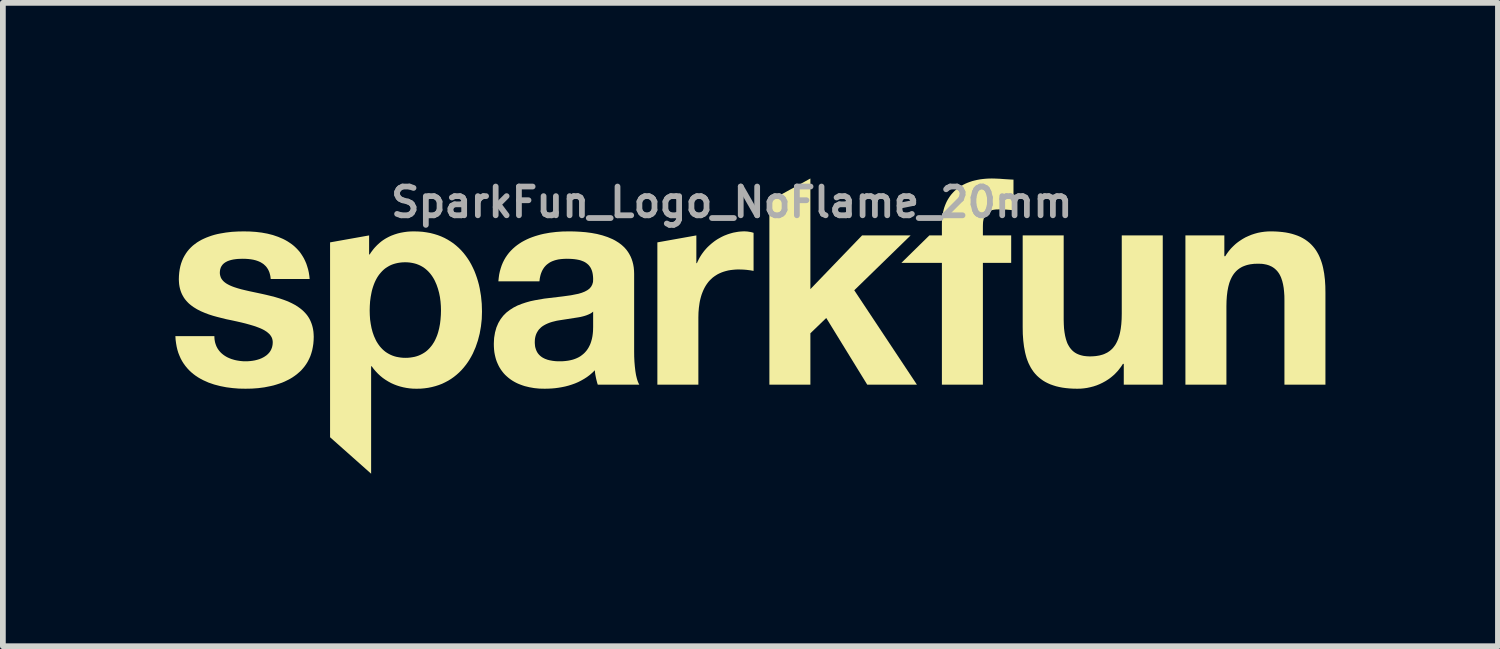
<source format=kicad_pcb>
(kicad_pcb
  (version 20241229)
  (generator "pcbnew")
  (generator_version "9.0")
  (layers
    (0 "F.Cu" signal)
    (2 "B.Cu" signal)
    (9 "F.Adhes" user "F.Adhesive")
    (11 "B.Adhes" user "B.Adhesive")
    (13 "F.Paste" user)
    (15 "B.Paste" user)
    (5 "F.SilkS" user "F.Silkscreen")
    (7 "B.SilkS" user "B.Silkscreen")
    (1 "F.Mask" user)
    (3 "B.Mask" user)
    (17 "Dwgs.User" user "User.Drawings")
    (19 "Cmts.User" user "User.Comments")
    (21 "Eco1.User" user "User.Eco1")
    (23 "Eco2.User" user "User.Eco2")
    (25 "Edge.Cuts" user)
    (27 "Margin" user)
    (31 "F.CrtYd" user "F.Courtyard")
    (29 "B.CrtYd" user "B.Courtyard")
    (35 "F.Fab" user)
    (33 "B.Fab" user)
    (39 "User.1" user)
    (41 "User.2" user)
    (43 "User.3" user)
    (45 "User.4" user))
  (footprint "SparkFun_Logo_NoFlame_20mm"
    (layer "F.Cu")
    (at 9.677 2.246)
    (property "Reference" "SparkFun_Logo_NoFlame_20mm" (at 0 -1.778 0) (layer "F.Fab") (effects (font (size 0.5 0.5) (thickness 0.1))))
    (attr board_only exclude_from_pos_files exclude_from_bom)
    (fp_poly (pts (xy 1.366 -0.268) (xy 2.265 -1.202) (xy 3.109 -1.202) (xy 2.129 -0.248) (xy 3.219 1.394) (xy 2.355 1.394) (xy 1.642 0.234) (xy 1.366 0.5) (xy 1.366 1.394) (xy 0.653 1.394) (xy 0.653 -1.801) (xy 1.366 -2.192)) (stroke (width 0) (type solid)) (fill yes) (layer "F.SilkS"))
    (fp_poly (pts (xy 0.232 -1.272) (xy 0.242 -1.272) (xy 0.252 -1.271) (xy 0.262 -1.271) (xy 0.282 -1.268) (xy 0.302 -1.265) (xy 0.321 -1.262) (xy 0.34 -1.258) (xy 0.359 -1.253) (xy 0.378 -1.247) (xy 0.378 -0.585) (xy 0.351 -0.59) (xy 0.322 -0.595) (xy 0.29 -0.599) (xy 0.257 -0.603) (xy 0.223 -0.606) (xy 0.188 -0.608) (xy 0.154 -0.609) (xy 0.121 -0.61) (xy 0.073 -0.609) (xy 0.027 -0.605) (xy -0.018 -0.6) (xy -0.06 -0.593) (xy -0.101 -0.583) (xy -0.139 -0.572) (xy -0.176 -0.559) (xy -0.211 -0.544) (xy -0.244 -0.528) (xy -0.275 -0.509) (xy -0.305 -0.489) (xy -0.333 -0.468) (xy -0.359 -0.444) (xy -0.384 -0.42) (xy -0.407 -0.394) (xy -0.428 -0.366) (xy -0.448 -0.337) (xy -0.466 -0.307) (xy -0.483 -0.275) (xy -0.498 -0.243) (xy -0.512 -0.209) (xy -0.525 -0.174) (xy -0.536 -0.138) (xy -0.546 -0.101) (xy -0.555 -0.063) (xy -0.562 -0.024) (xy -0.573 0.056) (xy -0.58 0.139) (xy -0.582 0.224) (xy -0.582 1.394) (xy -1.295 1.394) (xy -1.295 -1.081) (xy -0.617 -1.202) (xy -0.617 -0.72) (xy -0.607 -0.72) (xy -0.594 -0.75) (xy -0.579 -0.78) (xy -0.564 -0.809) (xy -0.547 -0.838) (xy -0.53 -0.865) (xy -0.511 -0.892) (xy -0.491 -0.919) (xy -0.471 -0.944) (xy -0.449 -0.969) (xy -0.427 -0.993) (xy -0.403 -1.016) (xy -0.379 -1.038) (xy -0.354 -1.06) (xy -0.329 -1.08) (xy -0.303 -1.1) (xy -0.276 -1.119) (xy -0.248 -1.137) (xy -0.22 -1.153) (xy -0.191 -1.169) (xy -0.162 -1.184) (xy -0.132 -1.198) (xy -0.101 -1.21) (xy -0.07 -1.222) (xy -0.039 -1.232) (xy -0.008 -1.241) (xy 0.024 -1.25) (xy 0.057 -1.256) (xy 0.089 -1.262) (xy 0.122 -1.267) (xy 0.155 -1.27) (xy 0.188 -1.272) (xy 0.221 -1.273)) (stroke (width 0) (type solid)) (fill yes) (layer "F.SilkS"))
    (fp_poly (pts (xy 4.569 -2.191) (xy 4.616 -2.189) (xy 4.664 -2.187) (xy 4.712 -2.183) (xy 4.806 -2.177) (xy 4.853 -2.174) (xy 4.898 -2.172) (xy 4.898 -1.639) (xy 4.866 -1.643) (xy 4.833 -1.646) (xy 4.801 -1.648) (xy 4.768 -1.651) (xy 4.735 -1.652) (xy 4.702 -1.653) (xy 4.669 -1.654) (xy 4.637 -1.654) (xy 4.602 -1.653) (xy 4.585 -1.652) (xy 4.569 -1.65) (xy 4.554 -1.648) (xy 4.54 -1.645) (xy 4.526 -1.642) (xy 4.512 -1.638) (xy 4.5 -1.634) (xy 4.488 -1.629) (xy 4.476 -1.624) (xy 4.465 -1.617) (xy 4.455 -1.611) (xy 4.445 -1.604) (xy 4.436 -1.596) (xy 4.428 -1.587) (xy 4.42 -1.578) (xy 4.413 -1.568) (xy 4.406 -1.558) (xy 4.4 -1.547) (xy 4.394 -1.535) (xy 4.389 -1.522) (xy 4.385 -1.509) (xy 4.381 -1.495) (xy 4.377 -1.481) (xy 4.374 -1.465) (xy 4.371 -1.449) (xy 4.369 -1.433) (xy 4.367 -1.397) (xy 4.366 -1.358) (xy 4.366 -1.202) (xy 4.858 -1.202) (xy 4.858 -0.725) (xy 4.366 -0.725) (xy 4.366 1.394) (xy 3.653 1.394) (xy 3.653 -0.725) (xy 2.949 -0.725) (xy 3.435 -1.202) (xy 3.653 -1.202) (xy 3.653 -1.403) (xy 3.654 -1.446) (xy 3.656 -1.488) (xy 3.66 -1.529) (xy 3.666 -1.569) (xy 3.674 -1.609) (xy 3.683 -1.647) (xy 3.694 -1.685) (xy 3.707 -1.721) (xy 3.721 -1.756) (xy 3.737 -1.791) (xy 3.755 -1.824) (xy 3.774 -1.855) (xy 3.795 -1.886) (xy 3.818 -1.916) (xy 3.843 -1.944) (xy 3.869 -1.971) (xy 3.897 -1.996) (xy 3.926 -2.02) (xy 3.958 -2.043) (xy 3.991 -2.064) (xy 4.026 -2.084) (xy 4.062 -2.102) (xy 4.1 -2.118) (xy 4.14 -2.133) (xy 4.182 -2.147) (xy 4.225 -2.158) (xy 4.27 -2.168) (xy 4.317 -2.177) (xy 4.366 -2.183) (xy 4.416 -2.188) (xy 4.468 -2.191) (xy 4.522 -2.192)) (stroke (width 0) (type solid)) (fill yes) (layer "F.SilkS"))
    (fp_poly (pts (xy 5.771 0.264) (xy 5.773 0.341) (xy 5.777 0.414) (xy 5.785 0.481) (xy 5.796 0.544) (xy 5.81 0.601) (xy 5.827 0.653) (xy 5.837 0.678) (xy 5.849 0.701) (xy 5.861 0.722) (xy 5.874 0.743) (xy 5.888 0.762) (xy 5.903 0.78) (xy 5.919 0.797) (xy 5.936 0.813) (xy 5.954 0.827) (xy 5.973 0.84) (xy 5.994 0.852) (xy 6.015 0.862) (xy 6.037 0.871) (xy 6.061 0.879) (xy 6.086 0.886) (xy 6.112 0.892) (xy 6.139 0.896) (xy 6.168 0.899) (xy 6.197 0.901) (xy 6.228 0.902) (xy 6.264 0.901) (xy 6.298 0.899) (xy 6.331 0.896) (xy 6.363 0.891) (xy 6.393 0.886) (xy 6.423 0.878) (xy 6.451 0.87) (xy 6.478 0.86) (xy 6.503 0.848) (xy 6.528 0.836) (xy 6.551 0.821) (xy 6.573 0.806) (xy 6.594 0.788) (xy 6.614 0.77) (xy 6.632 0.75) (xy 6.649 0.728) (xy 6.666 0.705) (xy 6.681 0.68) (xy 6.695 0.653) (xy 6.708 0.625) (xy 6.72 0.596) (xy 6.73 0.564) (xy 6.74 0.532) (xy 6.749 0.497) (xy 6.756 0.461) (xy 6.763 0.423) (xy 6.768 0.383) (xy 6.773 0.342) (xy 6.776 0.299) (xy 6.779 0.254) (xy 6.781 0.159) (xy 6.781 -1.202) (xy 7.494 -1.202) (xy 7.494 1.394) (xy 6.816 1.394) (xy 6.816 1.032) (xy 6.801 1.032) (xy 6.783 1.06) (xy 6.765 1.086) (xy 6.746 1.111) (xy 6.727 1.136) (xy 6.707 1.16) (xy 6.686 1.182) (xy 6.665 1.204) (xy 6.643 1.225) (xy 6.62 1.245) (xy 6.597 1.264) (xy 6.574 1.282) (xy 6.55 1.299) (xy 6.5 1.331) (xy 6.449 1.359) (xy 6.397 1.384) (xy 6.343 1.406) (xy 6.288 1.424) (xy 6.233 1.438) (xy 6.177 1.45) (xy 6.12 1.458) (xy 6.064 1.463) (xy 6.007 1.464) (xy 5.938 1.463) (xy 5.871 1.459) (xy 5.808 1.453) (xy 5.749 1.445) (xy 5.692 1.434) (xy 5.638 1.421) (xy 5.587 1.405) (xy 5.539 1.388) (xy 5.494 1.368) (xy 5.451 1.346) (xy 5.411 1.322) (xy 5.374 1.295) (xy 5.339 1.267) (xy 5.306 1.237) (xy 5.276 1.205) (xy 5.248 1.171) (xy 5.223 1.135) (xy 5.199 1.097) (xy 5.178 1.057) (xy 5.158 1.016) (xy 5.141 0.973) (xy 5.125 0.928) (xy 5.112 0.881) (xy 5.1 0.833) (xy 5.081 0.732) (xy 5.068 0.625) (xy 5.06 0.513) (xy 5.058 0.395) (xy 5.058 -1.202) (xy 5.771 -1.202)) (stroke (width 0) (type solid)) (fill yes) (layer "F.SilkS"))
    (fp_poly (pts (xy 9.444 -1.271) (xy 9.51 -1.267) (xy 9.573 -1.261) (xy 9.633 -1.253) (xy 9.69 -1.242) (xy 9.743 -1.229) (xy 9.794 -1.213) (xy 9.842 -1.196) (xy 9.888 -1.176) (xy 9.93 -1.154) (xy 9.97 -1.13) (xy 10.008 -1.103) (xy 10.043 -1.075) (xy 10.075 -1.045) (xy 10.105 -1.013) (xy 10.133 -0.979) (xy 10.159 -0.943) (xy 10.182 -0.905) (xy 10.204 -0.865) (xy 10.223 -0.824) (xy 10.24 -0.781) (xy 10.256 -0.736) (xy 10.27 -0.689) (xy 10.282 -0.641) (xy 10.301 -0.54) (xy 10.314 -0.433) (xy 10.321 -0.321) (xy 10.323 -0.203) (xy 10.323 1.394) (xy 9.61 1.394) (xy 9.61 -0.072) (xy 9.609 -0.15) (xy 9.604 -0.222) (xy 9.597 -0.289) (xy 9.586 -0.352) (xy 9.572 -0.409) (xy 9.554 -0.462) (xy 9.544 -0.486) (xy 9.533 -0.509) (xy 9.521 -0.531) (xy 9.508 -0.551) (xy 9.494 -0.57) (xy 9.479 -0.588) (xy 9.462 -0.605) (xy 9.445 -0.621) (xy 9.427 -0.635) (xy 9.408 -0.648) (xy 9.388 -0.66) (xy 9.366 -0.67) (xy 9.344 -0.68) (xy 9.32 -0.688) (xy 9.295 -0.695) (xy 9.269 -0.7) (xy 9.242 -0.705) (xy 9.214 -0.708) (xy 9.184 -0.709) (xy 9.153 -0.71) (xy 9.118 -0.709) (xy 9.083 -0.708) (xy 9.05 -0.704) (xy 9.018 -0.7) (xy 8.988 -0.694) (xy 8.959 -0.687) (xy 8.931 -0.678) (xy 8.904 -0.668) (xy 8.878 -0.657) (xy 8.854 -0.644) (xy 8.831 -0.63) (xy 8.809 -0.614) (xy 8.788 -0.597) (xy 8.768 -0.578) (xy 8.75 -0.558) (xy 8.732 -0.536) (xy 8.716 -0.513) (xy 8.701 -0.488) (xy 8.687 -0.462) (xy 8.674 -0.434) (xy 8.662 -0.404) (xy 8.651 -0.373) (xy 8.642 -0.34) (xy 8.633 -0.305) (xy 8.626 -0.269) (xy 8.619 -0.231) (xy 8.614 -0.191) (xy 8.609 -0.15) (xy 8.606 -0.107) (xy 8.603 -0.062) (xy 8.601 0.033) (xy 8.601 1.394) (xy 7.888 1.394) (xy 7.888 -1.202) (xy 8.565 -1.202) (xy 8.565 -0.841) (xy 8.581 -0.841) (xy 8.598 -0.868) (xy 8.616 -0.894) (xy 8.635 -0.92) (xy 8.654 -0.944) (xy 8.674 -0.968) (xy 8.695 -0.99) (xy 8.717 -1.012) (xy 8.739 -1.033) (xy 8.761 -1.053) (xy 8.784 -1.072) (xy 8.808 -1.09) (xy 8.832 -1.107) (xy 8.881 -1.139) (xy 8.932 -1.168) (xy 8.985 -1.192) (xy 9.038 -1.214) (xy 9.093 -1.232) (xy 9.148 -1.247) (xy 9.204 -1.258) (xy 9.261 -1.266) (xy 9.318 -1.271) (xy 9.374 -1.272)) (stroke (width 0) (type solid)) (fill yes) (layer "F.SilkS"))
    (fp_poly (pts (xy -5.45 -1.27) (xy -5.378 -1.265) (xy -5.308 -1.255) (xy -5.241 -1.243) (xy -5.176 -1.226) (xy -5.114 -1.207) (xy -5.054 -1.184) (xy -4.997 -1.158) (xy -4.943 -1.129) (xy -4.891 -1.097) (xy -4.841 -1.063) (xy -4.794 -1.025) (xy -4.749 -0.985) (xy -4.707 -0.943) (xy -4.667 -0.898) (xy -4.63 -0.851) (xy -4.595 -0.802) (xy -4.562 -0.751) (xy -4.532 -0.698) (xy -4.504 -0.642) (xy -4.478 -0.586) (xy -4.455 -0.527) (xy -4.434 -0.467) (xy -4.415 -0.406) (xy -4.398 -0.343) (xy -4.384 -0.279) (xy -4.362 -0.148) (xy -4.349 -0.014) (xy -4.345 0.123) (xy -4.349 0.253) (xy -4.363 0.38) (xy -4.385 0.505) (xy -4.416 0.625) (xy -4.456 0.742) (xy -4.504 0.852) (xy -4.532 0.905) (xy -4.562 0.957) (xy -4.594 1.006) (xy -4.629 1.054) (xy -4.665 1.099) (xy -4.704 1.143) (xy -4.745 1.184) (xy -4.789 1.223) (xy -4.834 1.259) (xy -4.882 1.293) (xy -4.932 1.324) (xy -4.985 1.352) (xy -5.039 1.378) (xy -5.096 1.4) (xy -5.155 1.419) (xy -5.217 1.435) (xy -5.28 1.448) (xy -5.346 1.457) (xy -5.414 1.463) (xy -5.485 1.464) (xy -5.544 1.463) (xy -5.602 1.458) (xy -5.659 1.45) (xy -5.715 1.439) (xy -5.77 1.425) (xy -5.824 1.408) (xy -5.876 1.388) (xy -5.927 1.365) (xy -5.976 1.338) (xy -6.023 1.309) (xy -6.069 1.277) (xy -6.112 1.242) (xy -6.153 1.204) (xy -6.192 1.163) (xy -6.229 1.12) (xy -6.263 1.073) (xy -6.273 1.073) (xy -6.273 2.942) (xy -6.987 2.308) (xy -6.987 0.103) (xy -6.298 0.103) (xy -6.296 0.182) (xy -6.291 0.26) (xy -6.28 0.336) (xy -6.266 0.41) (xy -6.247 0.481) (xy -6.223 0.549) (xy -6.194 0.613) (xy -6.178 0.644) (xy -6.16 0.673) (xy -6.141 0.701) (xy -6.121 0.728) (xy -6.099 0.753) (xy -6.076 0.777) (xy -6.051 0.8) (xy -6.025 0.821) (xy -5.997 0.84) (xy -5.968 0.857) (xy -5.937 0.873) (xy -5.905 0.887) (xy -5.871 0.899) (xy -5.835 0.909) (xy -5.798 0.916) (xy -5.759 0.922) (xy -5.718 0.926) (xy -5.676 0.927) (xy -5.633 0.926) (xy -5.592 0.922) (xy -5.552 0.916) (xy -5.515 0.909) (xy -5.479 0.899) (xy -5.445 0.887) (xy -5.413 0.873) (xy -5.382 0.857) (xy -5.353 0.84) (xy -5.325 0.821) (xy -5.299 0.8) (xy -5.275 0.777) (xy -5.252 0.753) (xy -5.231 0.728) (xy -5.21 0.701) (xy -5.192 0.673) (xy -5.174 0.644) (xy -5.158 0.613) (xy -5.144 0.582) (xy -5.13 0.549) (xy -5.118 0.516) (xy -5.107 0.481) (xy -5.098 0.446) (xy -5.089 0.41) (xy -5.075 0.336) (xy -5.066 0.26) (xy -5.06 0.182) (xy -5.058 0.103) (xy -5.06 0.025) (xy -5.066 -0.052) (xy -5.076 -0.129) (xy -5.091 -0.203) (xy -5.111 -0.276) (xy -5.135 -0.345) (xy -5.164 -0.411) (xy -5.18 -0.442) (xy -5.198 -0.472) (xy -5.217 -0.501) (xy -5.238 -0.529) (xy -5.26 -0.555) (xy -5.283 -0.58) (xy -5.308 -0.603) (xy -5.334 -0.625) (xy -5.361 -0.645) (xy -5.391 -0.663) (xy -5.421 -0.679) (xy -5.453 -0.693) (xy -5.487 -0.706) (xy -5.523 -0.716) (xy -5.56 -0.724) (xy -5.598 -0.73) (xy -5.638 -0.734) (xy -5.68 -0.735) (xy -5.723 -0.734) (xy -5.764 -0.73) (xy -5.804 -0.724) (xy -5.841 -0.716) (xy -5.877 -0.706) (xy -5.911 -0.694) (xy -5.943 -0.68) (xy -5.974 -0.663) (xy -6.003 -0.645) (xy -6.031 -0.626) (xy -6.057 -0.604) (xy -6.081 -0.581) (xy -6.104 -0.556) (xy -6.126 -0.53) (xy -6.146 -0.503) (xy -6.165 -0.474) (xy -6.182 -0.444) (xy -6.198 -0.413) (xy -6.213 -0.38) (xy -6.226 -0.347) (xy -6.238 -0.313) (xy -6.249 -0.278) (xy -6.259 -0.242) (xy -6.267 -0.205) (xy -6.281 -0.13) (xy -6.291 -0.054) (xy -6.296 0.025) (xy -6.298 0.103) (xy -6.987 0.103) (xy -6.987 -1.081) (xy -6.308 -1.202) (xy -6.308 -0.871) (xy -6.298 -0.871) (xy -6.282 -0.897) (xy -6.264 -0.922) (xy -6.246 -0.946) (xy -6.228 -0.969) (xy -6.209 -0.991) (xy -6.189 -1.012) (xy -6.169 -1.033) (xy -6.148 -1.052) (xy -6.127 -1.071) (xy -6.106 -1.089) (xy -6.084 -1.106) (xy -6.061 -1.122) (xy -6.038 -1.137) (xy -6.015 -1.151) (xy -5.991 -1.164) (xy -5.966 -1.177) (xy -5.941 -1.189) (xy -5.916 -1.2) (xy -5.865 -1.219) (xy -5.811 -1.236) (xy -5.757 -1.249) (xy -5.701 -1.259) (xy -5.643 -1.267) (xy -5.585 -1.271) (xy -5.525 -1.272)) (stroke (width 0) (type solid)) (fill yes) (layer "F.SilkS"))
    (fp_poly (pts (xy -2.741 -1.271) (xy -2.642 -1.266) (xy -2.542 -1.258) (xy -2.443 -1.245) (xy -2.345 -1.227) (xy -2.251 -1.203) (xy -2.16 -1.173) (xy -2.075 -1.137) (xy -2.034 -1.116) (xy -1.996 -1.093) (xy -1.958 -1.068) (xy -1.923 -1.042) (xy -1.89 -1.013) (xy -1.859 -0.982) (xy -1.83 -0.948) (xy -1.804 -0.912) (xy -1.781 -0.874) (xy -1.76 -0.834) (xy -1.742 -0.791) (xy -1.727 -0.745) (xy -1.715 -0.697) (xy -1.706 -0.645) (xy -1.701 -0.591) (xy -1.699 -0.535) (xy -1.699 0.817) (xy -1.698 0.905) (xy -1.694 0.992) (xy -1.687 1.075) (xy -1.678 1.154) (xy -1.672 1.192) (xy -1.666 1.227) (xy -1.658 1.261) (xy -1.65 1.293) (xy -1.641 1.322) (xy -1.631 1.349) (xy -1.62 1.373) (xy -1.609 1.394) (xy -2.331 1.394) (xy -2.341 1.364) (xy -2.349 1.333) (xy -2.357 1.302) (xy -2.364 1.27) (xy -2.37 1.239) (xy -2.376 1.207) (xy -2.38 1.175) (xy -2.382 1.143) (xy -2.426 1.186) (xy -2.471 1.225) (xy -2.519 1.261) (xy -2.569 1.293) (xy -2.62 1.322) (xy -2.673 1.349) (xy -2.727 1.372) (xy -2.783 1.392) (xy -2.84 1.41) (xy -2.898 1.425) (xy -2.956 1.437) (xy -3.015 1.447) (xy -3.075 1.455) (xy -3.135 1.46) (xy -3.196 1.463) (xy -3.256 1.464) (xy -3.348 1.462) (xy -3.437 1.453) (xy -3.522 1.438) (xy -3.604 1.418) (xy -3.643 1.405) (xy -3.681 1.391) (xy -3.718 1.376) (xy -3.754 1.359) (xy -3.789 1.34) (xy -3.822 1.32) (xy -3.854 1.298) (xy -3.884 1.275) (xy -3.913 1.25) (xy -3.941 1.224) (xy -3.967 1.196) (xy -3.991 1.166) (xy -4.014 1.135) (xy -4.035 1.102) (xy -4.054 1.068) (xy -4.071 1.032) (xy -4.087 0.995) (xy -4.101 0.955) (xy -4.112 0.915) (xy -4.122 0.872) (xy -4.13 0.828) (xy -4.135 0.782) (xy -4.138 0.735) (xy -4.139 0.686) (xy -4.138 0.656) (xy -3.427 0.656) (xy -3.426 0.68) (xy -3.424 0.703) (xy -3.422 0.725) (xy -3.418 0.745) (xy -3.412 0.765) (xy -3.406 0.784) (xy -3.399 0.801) (xy -3.391 0.818) (xy -3.382 0.834) (xy -3.372 0.849) (xy -3.361 0.863) (xy -3.349 0.876) (xy -3.337 0.888) (xy -3.324 0.899) (xy -3.31 0.91) (xy -3.295 0.92) (xy -3.279 0.929) (xy -3.263 0.937) (xy -3.247 0.945) (xy -3.229 0.951) (xy -3.212 0.958) (xy -3.193 0.963) (xy -3.175 0.968) (xy -3.155 0.972) (xy -3.116 0.979) (xy -3.075 0.984) (xy -3.032 0.987) (xy -2.989 0.987) (xy -2.939 0.986) (xy -2.891 0.982) (xy -2.846 0.976) (xy -2.805 0.968) (xy -2.765 0.958) (xy -2.729 0.946) (xy -2.695 0.932) (xy -2.664 0.917) (xy -2.635 0.9) (xy -2.609 0.881) (xy -2.584 0.861) (xy -2.562 0.841) (xy -2.542 0.819) (xy -2.523 0.796) (xy -2.507 0.773) (xy -2.492 0.749) (xy -2.479 0.724) (xy -2.467 0.7) (xy -2.457 0.675) (xy -2.448 0.649) (xy -2.434 0.6) (xy -2.424 0.551) (xy -2.418 0.505) (xy -2.414 0.462) (xy -2.412 0.39) (xy -2.412 0.123) (xy -2.424 0.133) (xy -2.436 0.142) (xy -2.449 0.151) (xy -2.463 0.159) (xy -2.493 0.173) (xy -2.525 0.186) (xy -2.558 0.197) (xy -2.594 0.207) (xy -2.632 0.216) (xy -2.671 0.223) (xy -3.005 0.275) (xy -3.046 0.282) (xy -3.086 0.292) (xy -3.126 0.302) (xy -3.164 0.314) (xy -3.2 0.328) (xy -3.235 0.344) (xy -3.268 0.362) (xy -3.284 0.372) (xy -3.299 0.382) (xy -3.313 0.393) (xy -3.326 0.405) (xy -3.339 0.418) (xy -3.352 0.431) (xy -3.363 0.445) (xy -3.373 0.46) (xy -3.383 0.476) (xy -3.392 0.492) (xy -3.4 0.509) (xy -3.407 0.527) (xy -3.413 0.546) (xy -3.418 0.566) (xy -3.422 0.587) (xy -3.425 0.609) (xy -3.426 0.632) (xy -3.427 0.656) (xy -4.138 0.656) (xy -4.134 0.58) (xy -4.118 0.485) (xy -4.094 0.399) (xy -4.061 0.322) (xy -4.021 0.254) (xy -3.974 0.193) (xy -3.921 0.14) (xy -3.861 0.094) (xy -3.797 0.053) (xy -3.729 0.018) (xy -3.656 -0.011) (xy -3.581 -0.036) (xy -3.503 -0.058) (xy -3.423 -0.075) (xy -3.261 -0.103) (xy -2.943 -0.141) (xy -2.798 -0.161) (xy -2.668 -0.187) (xy -2.611 -0.204) (xy -2.56 -0.224) (xy -2.515 -0.248) (xy -2.477 -0.276) (xy -2.448 -0.309) (xy -2.427 -0.348) (xy -2.414 -0.393) (xy -2.412 -0.444) (xy -2.413 -0.471) (xy -2.415 -0.497) (xy -2.418 -0.522) (xy -2.422 -0.545) (xy -2.427 -0.567) (xy -2.433 -0.588) (xy -2.441 -0.608) (xy -2.449 -0.626) (xy -2.458 -0.643) (xy -2.469 -0.659) (xy -2.48 -0.674) (xy -2.492 -0.688) (xy -2.505 -0.7) (xy -2.519 -0.712) (xy -2.534 -0.723) (xy -2.549 -0.733) (xy -2.565 -0.742) (xy -2.582 -0.75) (xy -2.6 -0.757) (xy -2.618 -0.764) (xy -2.636 -0.77) (xy -2.656 -0.775) (xy -2.676 -0.779) (xy -2.696 -0.783) (xy -2.738 -0.789) (xy -2.782 -0.793) (xy -2.828 -0.795) (xy -2.874 -0.796) (xy -2.925 -0.794) (xy -2.973 -0.79) (xy -3.018 -0.784) (xy -3.061 -0.774) (xy -3.081 -0.768) (xy -3.101 -0.761) (xy -3.12 -0.754) (xy -3.138 -0.746) (xy -3.156 -0.737) (xy -3.173 -0.727) (xy -3.189 -0.716) (xy -3.204 -0.705) (xy -3.219 -0.693) (xy -3.233 -0.68) (xy -3.246 -0.666) (xy -3.259 -0.651) (xy -3.27 -0.636) (xy -3.281 -0.619) (xy -3.291 -0.602) (xy -3.301 -0.583) (xy -3.309 -0.564) (xy -3.317 -0.544) (xy -3.324 -0.523) (xy -3.33 -0.501) (xy -3.335 -0.478) (xy -3.34 -0.454) (xy -3.343 -0.429) (xy -3.346 -0.404) (xy -4.06 -0.404) (xy -4.054 -0.464) (xy -4.046 -0.523) (xy -4.034 -0.578) (xy -4.019 -0.631) (xy -4.002 -0.682) (xy -3.982 -0.73) (xy -3.959 -0.776) (xy -3.934 -0.819) (xy -3.906 -0.86) (xy -3.876 -0.899) (xy -3.844 -0.935) (xy -3.809 -0.97) (xy -3.773 -1.002) (xy -3.735 -1.032) (xy -3.695 -1.06) (xy -3.653 -1.087) (xy -3.609 -1.111) (xy -3.565 -1.133) (xy -3.518 -1.154) (xy -3.471 -1.172) (xy -3.422 -1.189) (xy -3.372 -1.204) (xy -3.322 -1.218) (xy -3.27 -1.23) (xy -3.165 -1.249) (xy -3.057 -1.262) (xy -2.948 -1.27) (xy -2.839 -1.272)) (stroke (width 0) (type solid)) (fill yes) (layer "F.SilkS"))
    (fp_poly (pts (xy -8.382 -1.27) (xy -8.278 -1.263) (xy -8.177 -1.251) (xy -8.078 -1.233) (xy -7.983 -1.209) (xy -7.892 -1.178) (xy -7.805 -1.141) (xy -7.764 -1.12) (xy -7.724 -1.097) (xy -7.686 -1.072) (xy -7.649 -1.046) (xy -7.613 -1.017) (xy -7.58 -0.986) (xy -7.548 -0.953) (xy -7.518 -0.919) (xy -7.491 -0.882) (xy -7.465 -0.842) (xy -7.441 -0.801) (xy -7.42 -0.757) (xy -7.4 -0.711) (xy -7.384 -0.662) (xy -7.369 -0.612) (xy -7.357 -0.558) (xy -7.348 -0.502) (xy -7.342 -0.444) (xy -8.019 -0.444) (xy -8.022 -0.469) (xy -8.025 -0.493) (xy -8.03 -0.516) (xy -8.036 -0.538) (xy -8.042 -0.559) (xy -8.05 -0.579) (xy -8.059 -0.598) (xy -8.068 -0.615) (xy -8.079 -0.632) (xy -8.09 -0.648) (xy -8.102 -0.663) (xy -8.115 -0.676) (xy -8.129 -0.689) (xy -8.143 -0.702) (xy -8.159 -0.713) (xy -8.175 -0.723) (xy -8.191 -0.733) (xy -8.209 -0.742) (xy -8.227 -0.75) (xy -8.245 -0.757) (xy -8.265 -0.764) (xy -8.284 -0.77) (xy -8.305 -0.775) (xy -8.325 -0.78) (xy -8.368 -0.787) (xy -8.413 -0.792) (xy -8.459 -0.795) (xy -8.507 -0.796) (xy -8.538 -0.795) (xy -8.57 -0.794) (xy -8.603 -0.792) (xy -8.637 -0.788) (xy -8.67 -0.783) (xy -8.703 -0.776) (xy -8.735 -0.767) (xy -8.766 -0.756) (xy -8.78 -0.749) (xy -8.794 -0.742) (xy -8.808 -0.734) (xy -8.821 -0.725) (xy -8.833 -0.716) (xy -8.844 -0.706) (xy -8.855 -0.695) (xy -8.864 -0.683) (xy -8.873 -0.67) (xy -8.881 -0.657) (xy -8.888 -0.642) (xy -8.893 -0.626) (xy -8.898 -0.61) (xy -8.901 -0.592) (xy -8.903 -0.574) (xy -8.904 -0.554) (xy -8.903 -0.531) (xy -8.899 -0.509) (xy -8.893 -0.488) (xy -8.886 -0.468) (xy -8.876 -0.449) (xy -8.864 -0.432) (xy -8.85 -0.415) (xy -8.834 -0.399) (xy -8.816 -0.384) (xy -8.797 -0.37) (xy -8.776 -0.357) (xy -8.754 -0.345) (xy -8.73 -0.333) (xy -8.705 -0.322) (xy -8.678 -0.311) (xy -8.65 -0.301) (xy -8.591 -0.282) (xy -8.527 -0.264) (xy -8.46 -0.248) (xy -8.391 -0.232) (xy -8.245 -0.201) (xy -8.17 -0.185) (xy -8.095 -0.168) (xy -8.017 -0.149) (xy -7.94 -0.129) (xy -7.864 -0.106) (xy -7.79 -0.081) (xy -7.719 -0.054) (xy -7.651 -0.022) (xy -7.587 0.012) (xy -7.527 0.052) (xy -7.499 0.073) (xy -7.472 0.095) (xy -7.446 0.119) (xy -7.422 0.144) (xy -7.399 0.17) (xy -7.378 0.197) (xy -7.359 0.226) (xy -7.341 0.257) (xy -7.326 0.289) (xy -7.312 0.323) (xy -7.3 0.358) (xy -7.29 0.395) (xy -7.282 0.434) (xy -7.276 0.474) (xy -7.273 0.516) (xy -7.271 0.561) (xy -7.273 0.623) (xy -7.278 0.683) (xy -7.287 0.741) (xy -7.298 0.796) (xy -7.313 0.848) (xy -7.33 0.898) (xy -7.351 0.945) (xy -7.374 0.99) (xy -7.4 1.033) (xy -7.428 1.073) (xy -7.459 1.111) (xy -7.491 1.147) (xy -7.527 1.18) (xy -7.564 1.212) (xy -7.603 1.241) (xy -7.644 1.269) (xy -7.686 1.294) (xy -7.731 1.317) (xy -7.776 1.339) (xy -7.823 1.359) (xy -7.872 1.376) (xy -7.921 1.392) (xy -7.972 1.407) (xy -8.024 1.419) (xy -8.129 1.44) (xy -8.237 1.454) (xy -8.347 1.462) (xy -8.457 1.464) (xy -8.57 1.462) (xy -8.681 1.453) (xy -8.791 1.439) (xy -8.898 1.418) (xy -9.002 1.391) (xy -9.101 1.357) (xy -9.195 1.315) (xy -9.24 1.291) (xy -9.283 1.266) (xy -9.325 1.238) (xy -9.365 1.208) (xy -9.403 1.176) (xy -9.439 1.142) (xy -9.472 1.106) (xy -9.504 1.067) (xy -9.533 1.027) (xy -9.56 0.984) (xy -9.585 0.938) (xy -9.606 0.89) (xy -9.626 0.84) (xy -9.642 0.787) (xy -9.655 0.732) (xy -9.665 0.674) (xy -9.673 0.614) (xy -9.677 0.55) (xy -8.999 0.55) (xy -8.998 0.579) (xy -8.996 0.606) (xy -8.992 0.632) (xy -8.987 0.657) (xy -8.98 0.681) (xy -8.972 0.704) (xy -8.963 0.727) (xy -8.952 0.748) (xy -8.941 0.768) (xy -8.928 0.787) (xy -8.914 0.806) (xy -8.899 0.823) (xy -8.883 0.84) (xy -8.866 0.855) (xy -8.848 0.87) (xy -8.829 0.884) (xy -8.809 0.897) (xy -8.789 0.909) (xy -8.768 0.92) (xy -8.746 0.93) (xy -8.724 0.939) (xy -8.701 0.948) (xy -8.677 0.955) (xy -8.654 0.962) (xy -8.629 0.968) (xy -8.605 0.973) (xy -8.554 0.981) (xy -8.503 0.986) (xy -8.451 0.987) (xy -8.413 0.986) (xy -8.374 0.983) (xy -8.334 0.978) (xy -8.294 0.971) (xy -8.254 0.961) (xy -8.215 0.949) (xy -8.178 0.934) (xy -8.143 0.916) (xy -8.126 0.906) (xy -8.11 0.895) (xy -8.094 0.884) (xy -8.079 0.871) (xy -8.065 0.858) (xy -8.052 0.844) (xy -8.04 0.83) (xy -8.029 0.814) (xy -8.019 0.797) (xy -8.01 0.78) (xy -8.003 0.762) (xy -7.996 0.743) (xy -7.991 0.722) (xy -7.987 0.701) (xy -7.985 0.679) (xy -7.984 0.656) (xy -7.985 0.636) (xy -7.988 0.617) (xy -7.992 0.599) (xy -7.998 0.581) (xy -8.006 0.564) (xy -8.016 0.548) (xy -8.027 0.532) (xy -8.039 0.517) (xy -8.054 0.503) (xy -8.07 0.489) (xy -8.087 0.475) (xy -8.107 0.462) (xy -8.127 0.449) (xy -8.149 0.437) (xy -8.173 0.425) (xy -8.199 0.414) (xy -8.225 0.403) (xy -8.254 0.392) (xy -8.283 0.381) (xy -8.314 0.371) (xy -8.381 0.351) (xy -8.453 0.331) (xy -8.53 0.312) (xy -8.613 0.293) (xy -8.7 0.274) (xy -8.793 0.255) (xy -8.948 0.216) (xy -9.024 0.195) (xy -9.098 0.171) (xy -9.169 0.144) (xy -9.237 0.115) (xy -9.301 0.082) (xy -9.361 0.045) (xy -9.389 0.025) (xy -9.416 0.004) (xy -9.442 -0.018) (xy -9.466 -0.042) (xy -9.488 -0.066) (xy -9.51 -0.093) (xy -9.529 -0.12) (xy -9.546 -0.149) (xy -9.562 -0.179) (xy -9.576 -0.211) (xy -9.588 -0.245) (xy -9.598 -0.28) (xy -9.606 -0.317) (xy -9.612 -0.356) (xy -9.615 -0.396) (xy -9.617 -0.439) (xy -9.615 -0.499) (xy -9.61 -0.557) (xy -9.602 -0.612) (xy -9.591 -0.665) (xy -9.577 -0.715) (xy -9.56 -0.762) (xy -9.541 -0.806) (xy -9.518 -0.849) (xy -9.494 -0.888) (xy -9.467 -0.926) (xy -9.438 -0.961) (xy -9.406 -0.994) (xy -9.373 -1.025) (xy -9.337 -1.053) (xy -9.3 -1.08) (xy -9.261 -1.104) (xy -9.22 -1.127) (xy -9.178 -1.147) (xy -9.134 -1.166) (xy -9.089 -1.183) (xy -9.043 -1.199) (xy -8.996 -1.213) (xy -8.948 -1.225) (xy -8.899 -1.235) (xy -8.798 -1.252) (xy -8.696 -1.264) (xy -8.592 -1.27) (xy -8.487 -1.272)) (stroke (width 0) (type solid)) (fill yes) (layer "F.SilkS")))
  (gr_rect
    (start -3 -3)
    (end 23 8.188)
    (stroke (width 0.1) (type default))
    (fill no)
    (layer "Edge.Cuts")))
</source>
